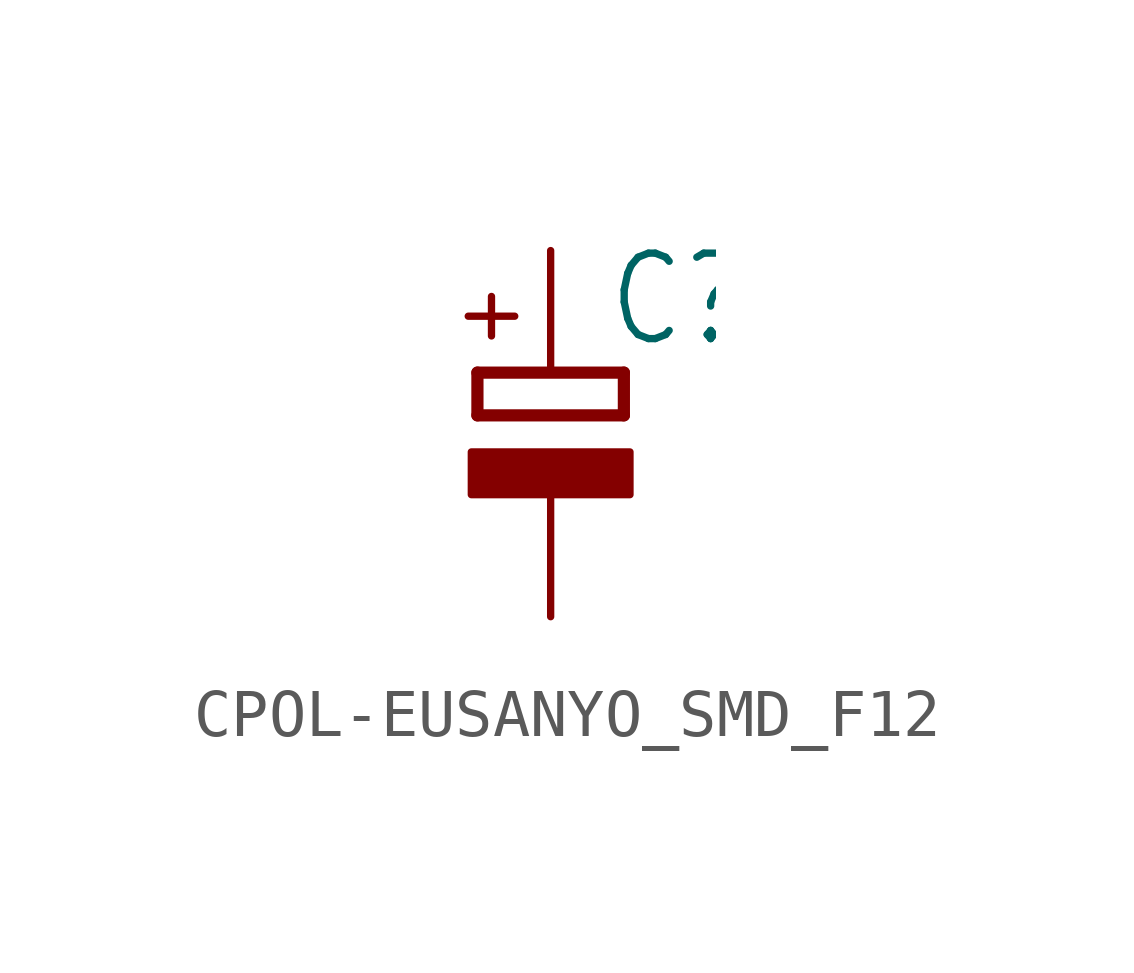
<source format=kicad_sym>
(kicad_symbol_lib
  (version 20231120)
  (generator "kicad_symbol_editor")
  (generator_version "8.0")
  (symbol "CPOL-EUSANYO_SMD_F12"
    (property "Reference" "C"
      (at 1.143 0.483 0)
      (effects (font (size 1.778 1.511)) (justify left bottom)))
    (property "Value" ""
      (at 1.143 -4.597 0)
      (effects (font (size 1.778 1.511)) (justify left bottom)))
    (property "ki_locked" ""
      (at 0 0 0)
      (effects (font (size 1.27 1.27))))
    (symbol "CPOL-EUSANYO_SMD_F12_1_0"
      (rectangle (start -1.651 -2.54) (end 1.651 -1.651) (stroke (width 0) (type default)) (fill (type outline)))
      (polyline (pts (xy -1.524 -0.889) (xy 1.524 -0.889)) (stroke (width 0.254) (type solid)) (fill (type none)))
      (polyline (pts (xy -1.524 0) (xy -1.524 -0.889)) (stroke (width 0.254) (type solid)) (fill (type none)))
      (polyline (pts (xy -1.524 0) (xy 1.524 0)) (stroke (width 0.254) (type solid)) (fill (type none)))
      (polyline (pts (xy 1.524 -0.889) (xy 1.524 0)) (stroke (width 0.254) (type solid)) (fill (type none)))
      (text "+" (at -0.584 0.406 900) (effects (font (size 1.27 1.079)) (justify left bottom)))
      (pin passive line (at 0 2.54 270) (length 2.54) (name "+" (effects (font (size 0 0)))) (number "+" (effects (font (size 0 0)))))
      (pin passive line (at 0 -5.08 90) (length 2.54) (name "-" (effects (font (size 0 0)))) (number "-" (effects (font (size 0 0))))))))
</source>
